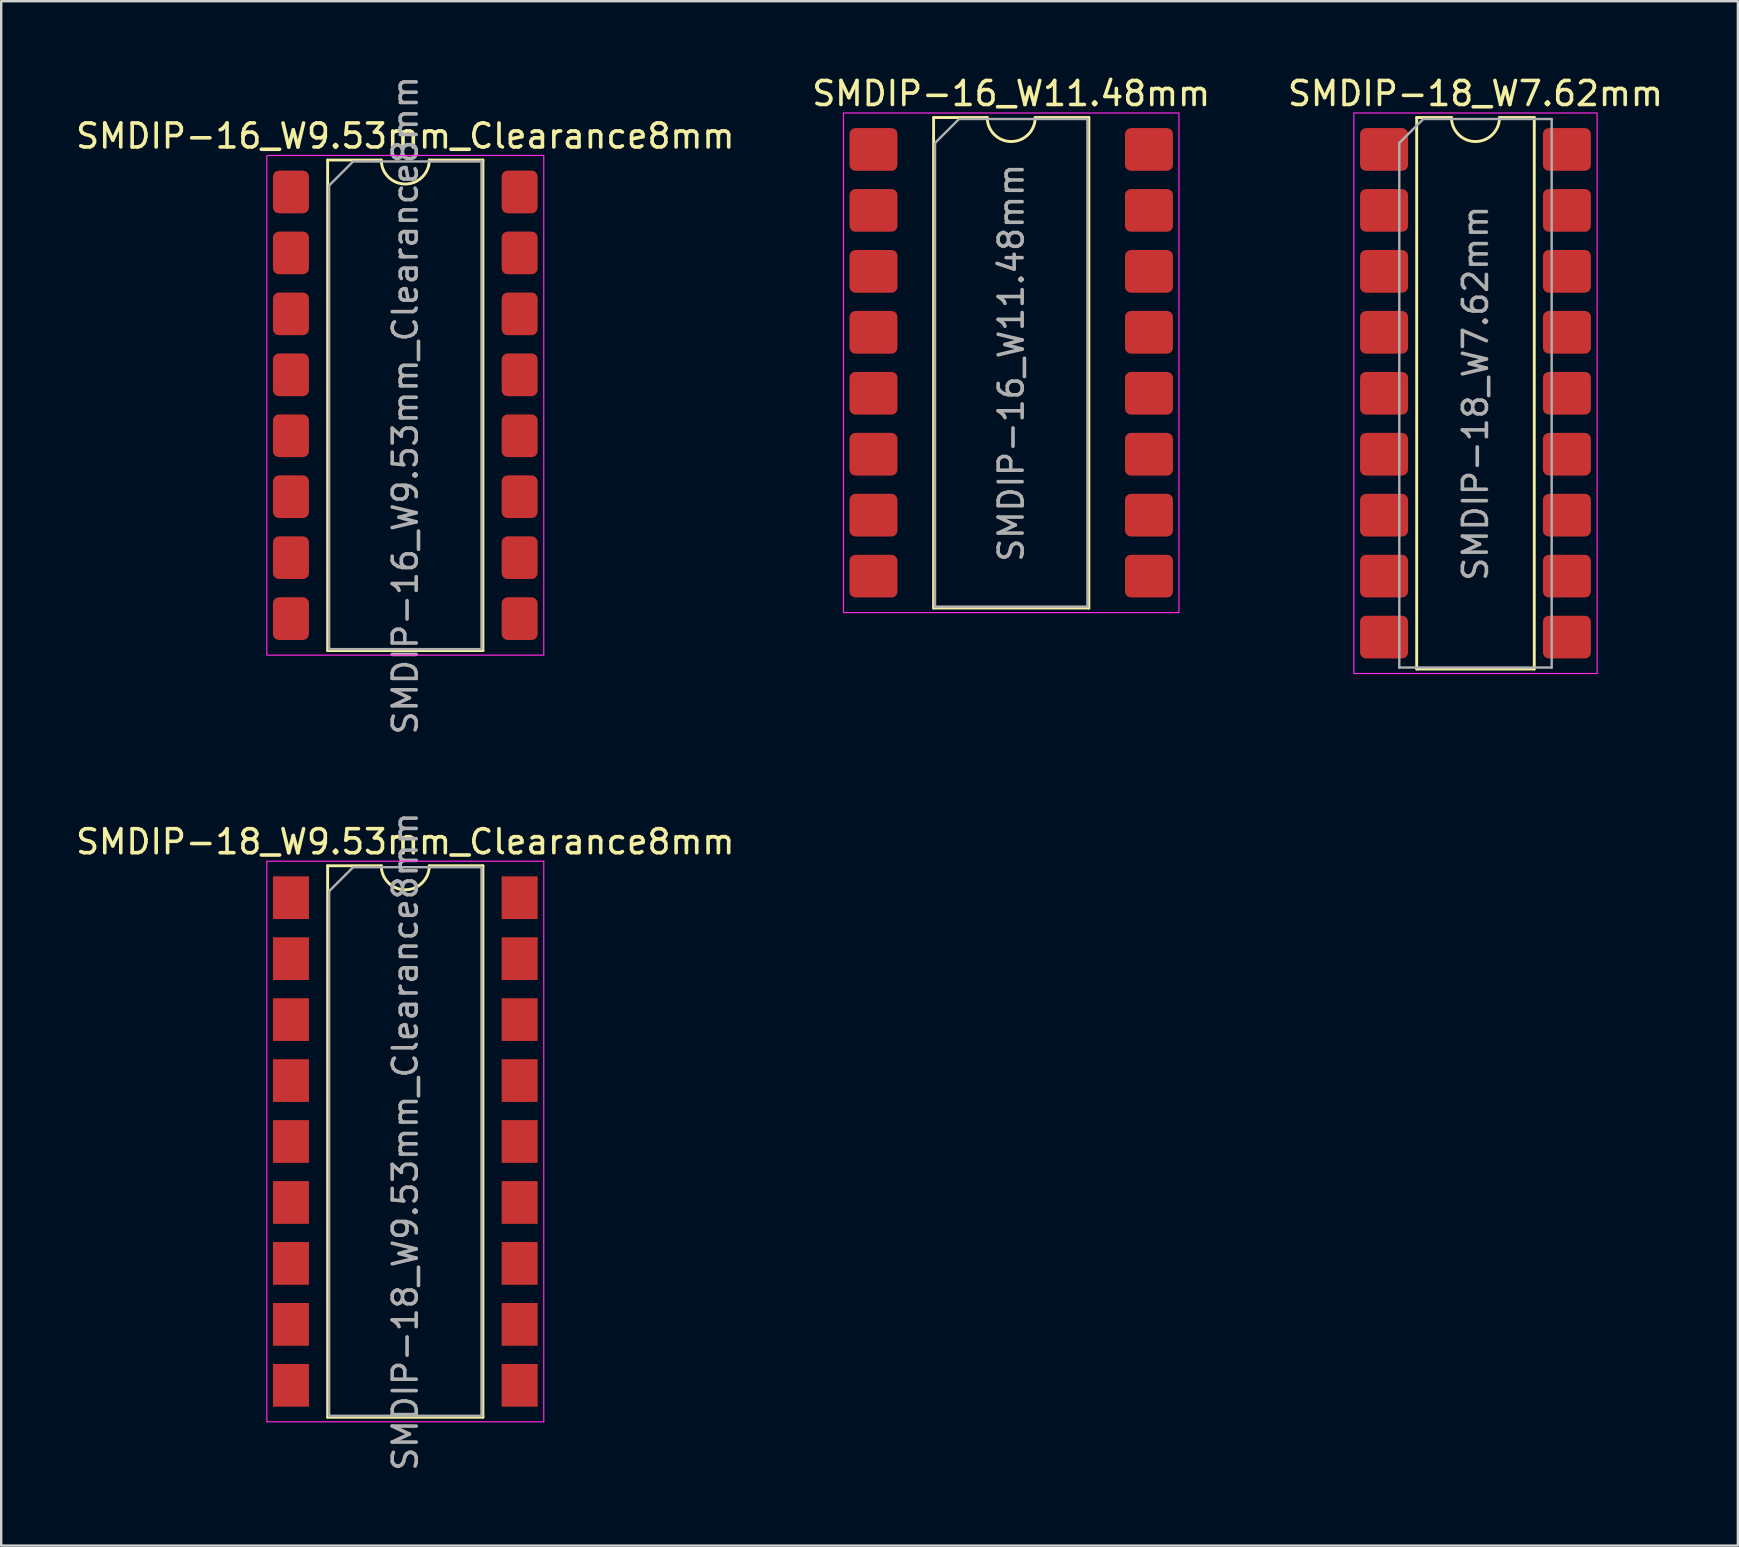
<source format=kicad_pcb>
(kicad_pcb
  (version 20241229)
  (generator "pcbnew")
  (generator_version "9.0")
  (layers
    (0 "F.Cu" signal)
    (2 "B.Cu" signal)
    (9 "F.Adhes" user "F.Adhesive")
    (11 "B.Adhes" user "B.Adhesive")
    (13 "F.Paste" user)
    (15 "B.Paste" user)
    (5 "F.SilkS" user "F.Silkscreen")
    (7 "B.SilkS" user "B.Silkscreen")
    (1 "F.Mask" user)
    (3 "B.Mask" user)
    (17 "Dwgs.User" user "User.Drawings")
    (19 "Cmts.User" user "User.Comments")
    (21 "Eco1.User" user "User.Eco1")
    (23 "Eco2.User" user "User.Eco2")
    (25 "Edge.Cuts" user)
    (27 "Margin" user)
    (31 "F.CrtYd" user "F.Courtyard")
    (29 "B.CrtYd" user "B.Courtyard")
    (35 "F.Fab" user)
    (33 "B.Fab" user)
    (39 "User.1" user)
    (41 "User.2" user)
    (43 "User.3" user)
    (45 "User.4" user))
  (footprint "SMDIP-18_W7.62mm"
    (layer "F.Cu")
    (at 58.435 13.338)
    (property "Reference" "SMDIP-18_W7.62mm" (at 0 -12.49 0) (layer "F.SilkS") (effects (font (size 1 1) (thickness 0.15))))
    (attr smd)
    (fp_line (start -2.45 -11.49) (end -2.45 11.49) (stroke (width 0.12) (type solid)) (layer "F.SilkS"))
    (fp_line (start -2.45 11.49) (end 2.45 11.49) (stroke (width 0.12) (type solid)) (layer "F.SilkS"))
    (fp_line (start -1 -11.49) (end -2.45 -11.49) (stroke (width 0.12) (type solid)) (layer "F.SilkS"))
    (fp_line (start 2.45 -11.49) (end 1 -11.49) (stroke (width 0.12) (type solid)) (layer "F.SilkS"))
    (fp_line (start 2.45 11.49) (end 2.45 -11.49) (stroke (width 0.12) (type solid)) (layer "F.SilkS"))
    (fp_arc (start 1 -11.49) (mid 0 -10.49) (end -1 -11.49) (stroke (width 0.12) (type solid)) (layer "F.SilkS"))
    (fp_rect (start -5.07 -11.68) (end 5.07 11.68) (stroke (width 0.05) (type solid)) (fill no) (layer "F.CrtYd"))
    (fp_line (start -3.175 -10.43) (end -2.175 -11.43) (stroke (width 0.1) (type solid)) (layer "F.Fab"))
    (fp_line (start -3.175 11.43) (end -3.175 -10.43) (stroke (width 0.1) (type solid)) (layer "F.Fab"))
    (fp_line (start -2.175 -11.43) (end 3.175 -11.43) (stroke (width 0.1) (type solid)) (layer "F.Fab"))
    (fp_line (start 3.175 -11.43) (end 3.175 11.43) (stroke (width 0.1) (type solid)) (layer "F.Fab"))
    (fp_line (start 3.175 11.43) (end -3.175 11.43) (stroke (width 0.1) (type solid)) (layer "F.Fab"))
    (fp_text user "${REFERENCE}" (at 0 0 90) (layer "F.Fab") (effects (font (size 1 1) (thickness 0.15))))
    (pad "1" smd roundrect (at -3.81 -10.16) (size 2 1.78) (layers "F.Cu" "F.Mask" "F.Paste") (roundrect_rratio 0.14))
    (pad "2" smd roundrect (at -3.81 -7.62) (size 2 1.78) (layers "F.Cu" "F.Mask" "F.Paste") (roundrect_rratio 0.14))
    (pad "3" smd roundrect (at -3.81 -5.08) (size 2 1.78) (layers "F.Cu" "F.Mask" "F.Paste") (roundrect_rratio 0.14))
    (pad "4" smd roundrect (at -3.81 -2.54) (size 2 1.78) (layers "F.Cu" "F.Mask" "F.Paste") (roundrect_rratio 0.14))
    (pad "5" smd roundrect (at -3.81 0) (size 2 1.78) (layers "F.Cu" "F.Mask" "F.Paste") (roundrect_rratio 0.14))
    (pad "6" smd roundrect (at -3.81 2.54) (size 2 1.78) (layers "F.Cu" "F.Mask" "F.Paste") (roundrect_rratio 0.14))
    (pad "7" smd roundrect (at -3.81 5.08) (size 2 1.78) (layers "F.Cu" "F.Mask" "F.Paste") (roundrect_rratio 0.14))
    (pad "8" smd roundrect (at -3.81 7.62) (size 2 1.78) (layers "F.Cu" "F.Mask" "F.Paste") (roundrect_rratio 0.14))
    (pad "9" smd roundrect (at -3.81 10.16) (size 2 1.78) (layers "F.Cu" "F.Mask" "F.Paste") (roundrect_rratio 0.14))
    (pad "10" smd roundrect (at 3.81 10.16) (size 2 1.78) (layers "F.Cu" "F.Mask" "F.Paste") (roundrect_rratio 0.14))
    (pad "11" smd roundrect (at 3.81 7.62) (size 2 1.78) (layers "F.Cu" "F.Mask" "F.Paste") (roundrect_rratio 0.14))
    (pad "12" smd roundrect (at 3.81 5.08) (size 2 1.78) (layers "F.Cu" "F.Mask" "F.Paste") (roundrect_rratio 0.14))
    (pad "13" smd roundrect (at 3.81 2.54) (size 2 1.78) (layers "F.Cu" "F.Mask" "F.Paste") (roundrect_rratio 0.14))
    (pad "14" smd roundrect (at 3.81 0) (size 2 1.78) (layers "F.Cu" "F.Mask" "F.Paste") (roundrect_rratio 0.14))
    (pad "15" smd roundrect (at 3.81 -2.54) (size 2 1.78) (layers "F.Cu" "F.Mask" "F.Paste") (roundrect_rratio 0.14))
    (pad "16" smd roundrect (at 3.81 -5.08) (size 2 1.78) (layers "F.Cu" "F.Mask" "F.Paste") (roundrect_rratio 0.14))
    (pad "17" smd roundrect (at 3.81 -7.62) (size 2 1.78) (layers "F.Cu" "F.Mask" "F.Paste") (roundrect_rratio 0.14))
    (pad "18" smd roundrect (at 3.81 -10.16) (size 2 1.78) (layers "F.Cu" "F.Mask" "F.Paste") (roundrect_rratio 0.14)))
  (footprint "SMDIP-16_W9.53mm_Clearance8mm"
    (layer "F.Cu")
    (at 13.839 13.839)
    (property "Reference" "SMDIP-16_W9.53mm_Clearance8mm" (at 0 -11.22 0) (layer "F.SilkS") (effects (font (size 1 1) (thickness 0.15))))
    (attr smd)
    (fp_line (start -3.235 -10.22) (end -3.235 10.22) (stroke (width 0.12) (type solid)) (layer "F.SilkS"))
    (fp_line (start -3.235 10.22) (end 3.235 10.22) (stroke (width 0.12) (type solid)) (layer "F.SilkS"))
    (fp_line (start -1 -10.22) (end -3.235 -10.22) (stroke (width 0.12) (type solid)) (layer "F.SilkS"))
    (fp_line (start 3.235 -10.22) (end 1 -10.22) (stroke (width 0.12) (type solid)) (layer "F.SilkS"))
    (fp_line (start 3.235 10.22) (end 3.235 -10.22) (stroke (width 0.12) (type solid)) (layer "F.SilkS"))
    (fp_arc (start 1 -10.22) (mid 0 -9.22) (end -1 -10.22) (stroke (width 0.12) (type solid)) (layer "F.SilkS"))
    (fp_rect (start -5.77 -10.41) (end 5.77 10.41) (stroke (width 0.05) (type solid)) (fill no) (layer "F.CrtYd"))
    (fp_line (start -3.175 -9.16) (end -2.175 -10.16) (stroke (width 0.1) (type solid)) (layer "F.Fab"))
    (fp_line (start -3.175 10.16) (end -3.175 -9.16) (stroke (width 0.1) (type solid)) (layer "F.Fab"))
    (fp_line (start -2.175 -10.16) (end 3.175 -10.16) (stroke (width 0.1) (type solid)) (layer "F.Fab"))
    (fp_line (start 3.175 -10.16) (end 3.175 10.16) (stroke (width 0.1) (type solid)) (layer "F.Fab"))
    (fp_line (start 3.175 10.16) (end -3.175 10.16) (stroke (width 0.1) (type solid)) (layer "F.Fab"))
    (fp_text user "${REFERENCE}" (at 0 0 90) (layer "F.Fab") (effects (font (size 1 1) (thickness 0.15))))
    (pad "1" smd roundrect (at -4.765 -8.89) (size 1.5 1.78) (layers "F.Cu" "F.Mask" "F.Paste") (roundrect_rratio 0.167))
    (pad "2" smd roundrect (at -4.765 -6.35) (size 1.5 1.78) (layers "F.Cu" "F.Mask" "F.Paste") (roundrect_rratio 0.167))
    (pad "3" smd roundrect (at -4.765 -3.81) (size 1.5 1.78) (layers "F.Cu" "F.Mask" "F.Paste") (roundrect_rratio 0.167))
    (pad "4" smd roundrect (at -4.765 -1.27) (size 1.5 1.78) (layers "F.Cu" "F.Mask" "F.Paste") (roundrect_rratio 0.167))
    (pad "5" smd roundrect (at -4.765 1.27) (size 1.5 1.78) (layers "F.Cu" "F.Mask" "F.Paste") (roundrect_rratio 0.167))
    (pad "6" smd roundrect (at -4.765 3.81) (size 1.5 1.78) (layers "F.Cu" "F.Mask" "F.Paste") (roundrect_rratio 0.167))
    (pad "7" smd roundrect (at -4.765 6.35) (size 1.5 1.78) (layers "F.Cu" "F.Mask" "F.Paste") (roundrect_rratio 0.167))
    (pad "8" smd roundrect (at -4.765 8.89) (size 1.5 1.78) (layers "F.Cu" "F.Mask" "F.Paste") (roundrect_rratio 0.167))
    (pad "9" smd roundrect (at 4.765 8.89) (size 1.5 1.78) (layers "F.Cu" "F.Mask" "F.Paste") (roundrect_rratio 0.167))
    (pad "10" smd roundrect (at 4.765 6.35) (size 1.5 1.78) (layers "F.Cu" "F.Mask" "F.Paste") (roundrect_rratio 0.167))
    (pad "11" smd roundrect (at 4.765 3.81) (size 1.5 1.78) (layers "F.Cu" "F.Mask" "F.Paste") (roundrect_rratio 0.167))
    (pad "12" smd roundrect (at 4.765 1.27) (size 1.5 1.78) (layers "F.Cu" "F.Mask" "F.Paste") (roundrect_rratio 0.167))
    (pad "13" smd roundrect (at 4.765 -1.27) (size 1.5 1.78) (layers "F.Cu" "F.Mask" "F.Paste") (roundrect_rratio 0.167))
    (pad "14" smd roundrect (at 4.765 -3.81) (size 1.5 1.78) (layers "F.Cu" "F.Mask" "F.Paste") (roundrect_rratio 0.167))
    (pad "15" smd roundrect (at 4.765 -6.35) (size 1.5 1.78) (layers "F.Cu" "F.Mask" "F.Paste") (roundrect_rratio 0.167))
    (pad "16" smd roundrect (at 4.765 -8.89) (size 1.5 1.78) (layers "F.Cu" "F.Mask" "F.Paste") (roundrect_rratio 0.167)))
  (footprint "SMDIP-16_W11.48mm"
    (layer "F.Cu")
    (at 39.089 12.068)
    (property "Reference" "SMDIP-16_W11.48mm" (at 0 -11.22 0) (layer "F.SilkS") (effects (font (size 1 1) (thickness 0.15))))
    (attr smd)
    (fp_line (start -3.235 -10.22) (end -3.235 10.22) (stroke (width 0.12) (type solid)) (layer "F.SilkS"))
    (fp_line (start -3.235 10.22) (end 3.235 10.22) (stroke (width 0.12) (type solid)) (layer "F.SilkS"))
    (fp_line (start -1 -10.22) (end -3.235 -10.22) (stroke (width 0.12) (type solid)) (layer "F.SilkS"))
    (fp_line (start 3.235 -10.22) (end 1 -10.22) (stroke (width 0.12) (type solid)) (layer "F.SilkS"))
    (fp_line (start 3.235 10.22) (end 3.235 -10.22) (stroke (width 0.12) (type solid)) (layer "F.SilkS"))
    (fp_arc (start 1 -10.22) (mid 0 -9.22) (end -1 -10.22) (stroke (width 0.12) (type solid)) (layer "F.SilkS"))
    (fp_rect (start -6.99 -10.41) (end 6.99 10.41) (stroke (width 0.05) (type solid)) (fill no) (layer "F.CrtYd"))
    (fp_line (start -3.175 -9.16) (end -2.175 -10.16) (stroke (width 0.1) (type solid)) (layer "F.Fab"))
    (fp_line (start -3.175 10.16) (end -3.175 -9.16) (stroke (width 0.1) (type solid)) (layer "F.Fab"))
    (fp_line (start -2.175 -10.16) (end 3.175 -10.16) (stroke (width 0.1) (type solid)) (layer "F.Fab"))
    (fp_line (start 3.175 -10.16) (end 3.175 10.16) (stroke (width 0.1) (type solid)) (layer "F.Fab"))
    (fp_line (start 3.175 10.16) (end -3.175 10.16) (stroke (width 0.1) (type solid)) (layer "F.Fab"))
    (fp_text user "${REFERENCE}" (at 0 0 90) (layer "F.Fab") (effects (font (size 1 1) (thickness 0.15))))
    (pad "1" smd roundrect (at -5.74 -8.89) (size 2 1.78) (layers "F.Cu" "F.Mask" "F.Paste") (roundrect_rratio 0.14))
    (pad "2" smd roundrect (at -5.74 -6.35) (size 2 1.78) (layers "F.Cu" "F.Mask" "F.Paste") (roundrect_rratio 0.14))
    (pad "3" smd roundrect (at -5.74 -3.81) (size 2 1.78) (layers "F.Cu" "F.Mask" "F.Paste") (roundrect_rratio 0.14))
    (pad "4" smd roundrect (at -5.74 -1.27) (size 2 1.78) (layers "F.Cu" "F.Mask" "F.Paste") (roundrect_rratio 0.14))
    (pad "5" smd roundrect (at -5.74 1.27) (size 2 1.78) (layers "F.Cu" "F.Mask" "F.Paste") (roundrect_rratio 0.14))
    (pad "6" smd roundrect (at -5.74 3.81) (size 2 1.78) (layers "F.Cu" "F.Mask" "F.Paste") (roundrect_rratio 0.14))
    (pad "7" smd roundrect (at -5.74 6.35) (size 2 1.78) (layers "F.Cu" "F.Mask" "F.Paste") (roundrect_rratio 0.14))
    (pad "8" smd roundrect (at -5.74 8.89) (size 2 1.78) (layers "F.Cu" "F.Mask" "F.Paste") (roundrect_rratio 0.14))
    (pad "9" smd roundrect (at 5.74 8.89) (size 2 1.78) (layers "F.Cu" "F.Mask" "F.Paste") (roundrect_rratio 0.14))
    (pad "10" smd roundrect (at 5.74 6.35) (size 2 1.78) (layers "F.Cu" "F.Mask" "F.Paste") (roundrect_rratio 0.14))
    (pad "11" smd roundrect (at 5.74 3.81) (size 2 1.78) (layers "F.Cu" "F.Mask" "F.Paste") (roundrect_rratio 0.14))
    (pad "12" smd roundrect (at 5.74 1.27) (size 2 1.78) (layers "F.Cu" "F.Mask" "F.Paste") (roundrect_rratio 0.14))
    (pad "13" smd roundrect (at 5.74 -1.27) (size 2 1.78) (layers "F.Cu" "F.Mask" "F.Paste") (roundrect_rratio 0.14))
    (pad "14" smd roundrect (at 5.74 -3.81) (size 2 1.78) (layers "F.Cu" "F.Mask" "F.Paste") (roundrect_rratio 0.14))
    (pad "15" smd roundrect (at 5.74 -6.35) (size 2 1.78) (layers "F.Cu" "F.Mask" "F.Paste") (roundrect_rratio 0.14))
    (pad "16" smd roundrect (at 5.74 -8.89) (size 2 1.78) (layers "F.Cu" "F.Mask" "F.Paste") (roundrect_rratio 0.14)))
  (footprint "SMDIP-18_W9.53mm_Clearance8mm"
    (layer "F.Cu")
    (at 13.839 44.518)
    (property "Reference" "SMDIP-18_W9.53mm_Clearance8mm" (at 0 -12.49 0) (layer "F.SilkS") (effects (font (size 1 1) (thickness 0.15))))
    (attr smd)
    (fp_line (start -3.235 -11.49) (end -3.235 11.49) (stroke (width 0.12) (type solid)) (layer "F.SilkS"))
    (fp_line (start -3.235 11.49) (end 3.235 11.49) (stroke (width 0.12) (type solid)) (layer "F.SilkS"))
    (fp_line (start -1 -11.49) (end -3.235 -11.49) (stroke (width 0.12) (type solid)) (layer "F.SilkS"))
    (fp_line (start 3.235 -11.49) (end 1 -11.49) (stroke (width 0.12) (type solid)) (layer "F.SilkS"))
    (fp_line (start 3.235 11.49) (end 3.235 -11.49) (stroke (width 0.12) (type solid)) (layer "F.SilkS"))
    (fp_arc (start 1 -11.49) (mid 0 -10.49) (end -1 -11.49) (stroke (width 0.12) (type solid)) (layer "F.SilkS"))
    (fp_line (start -5.77 -11.68) (end -5.77 11.68) (stroke (width 0.05) (type solid)) (layer "F.CrtYd"))
    (fp_line (start -5.77 11.68) (end 5.77 11.68) (stroke (width 0.05) (type solid)) (layer "F.CrtYd"))
    (fp_line (start 5.77 -11.68) (end -5.77 -11.68) (stroke (width 0.05) (type solid)) (layer "F.CrtYd"))
    (fp_line (start 5.77 11.68) (end 5.77 -11.68) (stroke (width 0.05) (type solid)) (layer "F.CrtYd"))
    (fp_line (start -3.175 -10.43) (end -2.175 -11.43) (stroke (width 0.1) (type solid)) (layer "F.Fab"))
    (fp_line (start -3.175 11.43) (end -3.175 -10.43) (stroke (width 0.1) (type solid)) (layer "F.Fab"))
    (fp_line (start -2.175 -11.43) (end 3.175 -11.43) (stroke (width 0.1) (type solid)) (layer "F.Fab"))
    (fp_line (start 3.175 -11.43) (end 3.175 11.43) (stroke (width 0.1) (type solid)) (layer "F.Fab"))
    (fp_line (start 3.175 11.43) (end -3.175 11.43) (stroke (width 0.1) (type solid)) (layer "F.Fab"))
    (fp_text user "${REFERENCE}" (at 0 0 90) (layer "F.Fab") (effects (font (size 1 1) (thickness 0.15))))
    (pad "1" smd rect (at -4.765 -10.16) (size 1.5 1.78) (layers "F.Cu" "F.Mask" "F.Paste"))
    (pad "2" smd rect (at -4.765 -7.62) (size 1.5 1.78) (layers "F.Cu" "F.Mask" "F.Paste"))
    (pad "3" smd rect (at -4.765 -5.08) (size 1.5 1.78) (layers "F.Cu" "F.Mask" "F.Paste"))
    (pad "4" smd rect (at -4.765 -2.54) (size 1.5 1.78) (layers "F.Cu" "F.Mask" "F.Paste"))
    (pad "5" smd rect (at -4.765 0) (size 1.5 1.78) (layers "F.Cu" "F.Mask" "F.Paste"))
    (pad "6" smd rect (at -4.765 2.54) (size 1.5 1.78) (layers "F.Cu" "F.Mask" "F.Paste"))
    (pad "7" smd rect (at -4.765 5.08) (size 1.5 1.78) (layers "F.Cu" "F.Mask" "F.Paste"))
    (pad "8" smd rect (at -4.765 7.62) (size 1.5 1.78) (layers "F.Cu" "F.Mask" "F.Paste"))
    (pad "9" smd rect (at -4.765 10.16) (size 1.5 1.78) (layers "F.Cu" "F.Mask" "F.Paste"))
    (pad "10" smd rect (at 4.765 10.16) (size 1.5 1.78) (layers "F.Cu" "F.Mask" "F.Paste"))
    (pad "11" smd rect (at 4.765 7.62) (size 1.5 1.78) (layers "F.Cu" "F.Mask" "F.Paste"))
    (pad "12" smd rect (at 4.765 5.08) (size 1.5 1.78) (layers "F.Cu" "F.Mask" "F.Paste"))
    (pad "13" smd rect (at 4.765 2.54) (size 1.5 1.78) (layers "F.Cu" "F.Mask" "F.Paste"))
    (pad "14" smd rect (at 4.765 0) (size 1.5 1.78) (layers "F.Cu" "F.Mask" "F.Paste"))
    (pad "15" smd rect (at 4.765 -2.54) (size 1.5 1.78) (layers "F.Cu" "F.Mask" "F.Paste"))
    (pad "16" smd rect (at 4.765 -5.08) (size 1.5 1.78) (layers "F.Cu" "F.Mask" "F.Paste"))
    (pad "17" smd rect (at 4.765 -7.62) (size 1.5 1.78) (layers "F.Cu" "F.Mask" "F.Paste"))
    (pad "18" smd rect (at 4.765 -10.16) (size 1.5 1.78) (layers "F.Cu" "F.Mask" "F.Paste")))
  (gr_rect
    (start -3 -3)
    (end 69.369 61.357)
    (stroke (width 0.1) (type default))
    (fill no)
    (layer "Edge.Cuts")))
</source>
